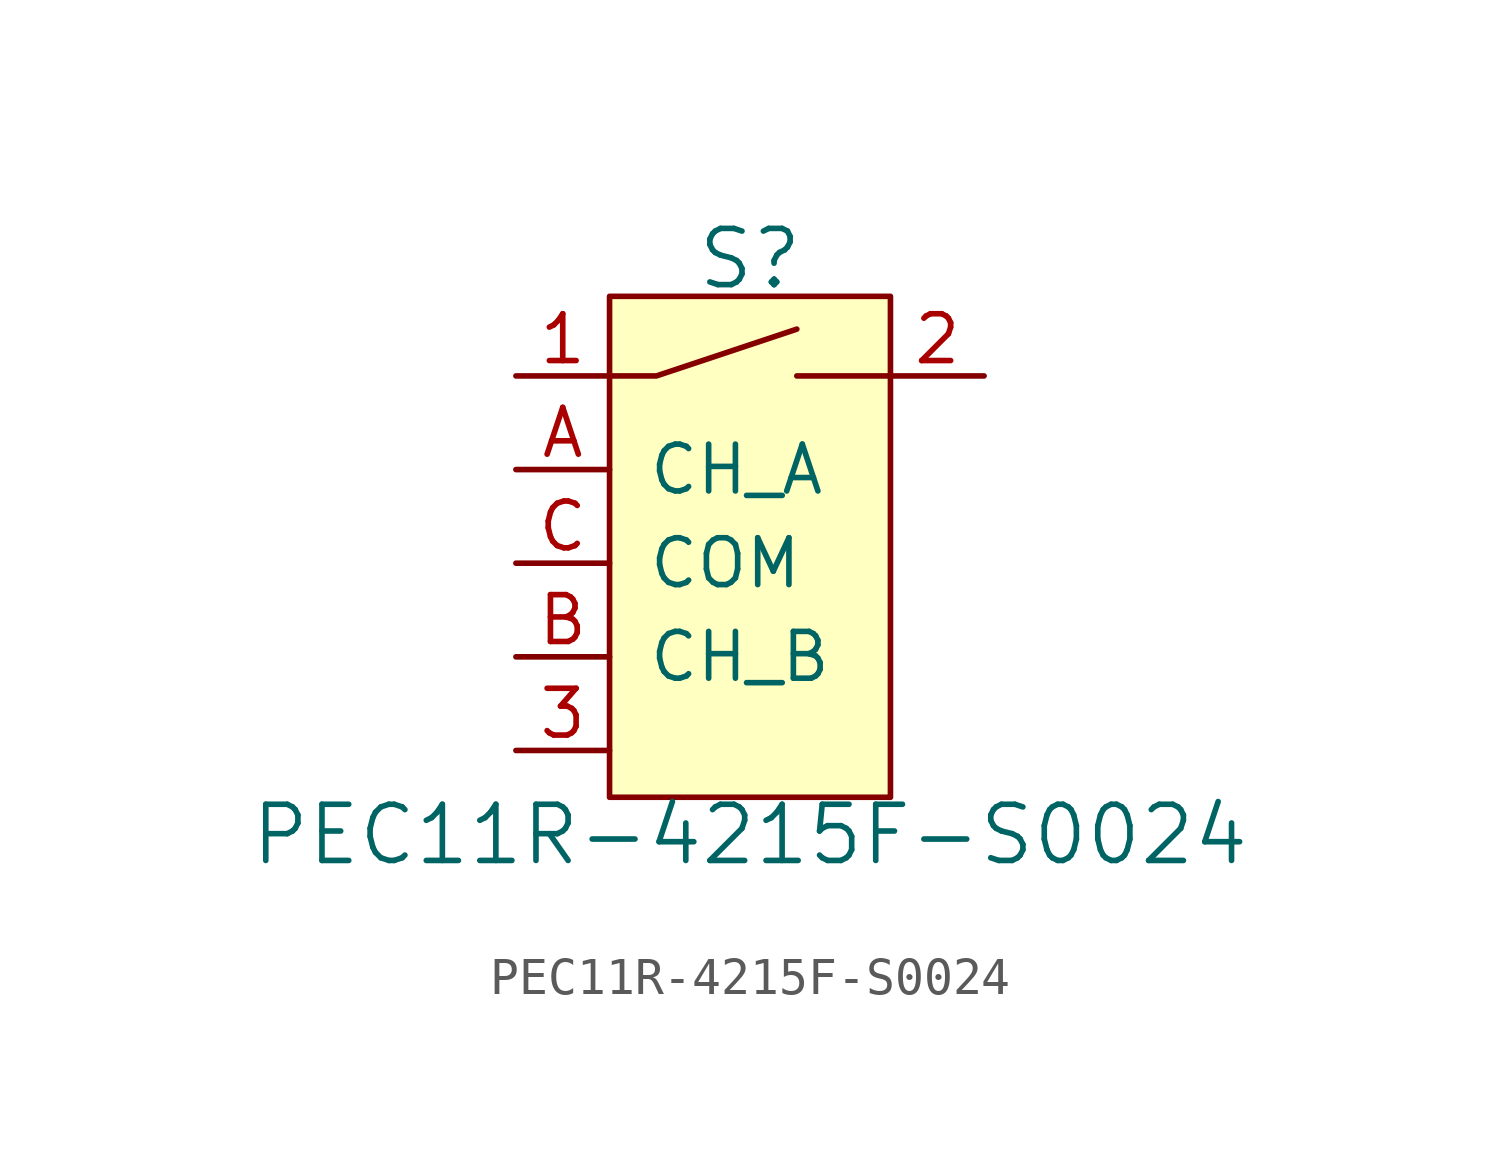
<source format=kicad_sym>
(kicad_symbol_lib
  (version 20211014)
  (generator kicad_symbol_editor)
  (symbol "PEC11R-4215F-S0024"
    (pin_names
      (offset 1.016))
    (property "Reference" "S"
      (at -1.27 5.715 0)
      (effects (font (size 1.524 1.524))))
    (property "Value" "PEC11R-4215F-S0024"
      (at -1.27 -9.906 0)
      (effects (font (size 1.524 1.524))))
    (symbol "PEC11R-4215F-S0024_0_1"
      (rectangle (start -5.08 4.699) (end 2.54 -8.89) (stroke (width 0) (type default) (color 0 0 0 0)) (fill (type background)))
      (polyline (pts (xy 0 2.54) (xy 2.54 2.54)) (stroke (width 0) (type default) (color 0 0 0 0)) (fill (type none)))
      (polyline (pts (xy -5.08 2.54) (xy -3.81 2.54) (xy 0 3.81)) (stroke (width 0) (type default) (color 0 0 0 0)) (fill (type none))))
    (symbol "PEC11R-4215F-S0024_1_1"
      (pin bidirectional line (at -7.62 2.54 0) (length 2.54) (name "~" (effects (font (size 1.27 1.27)))) (number "1" (effects (font (size 1.27 1.27)))))
      (pin bidirectional line (at 5.08 2.54 180) (length 2.54) (name "~" (effects (font (size 1.27 1.27)))) (number "2" (effects (font (size 1.27 1.27)))))
      (pin unspecified line (at -7.62 -7.62 0) (length 2.54) (name "~" (effects (font (size 1.27 1.27)))) (number "3" (effects (font (size 1.27 1.27)))))
      (pin bidirectional line (at -7.62 0 0) (length 2.54) (name "CH_A" (effects (font (size 1.27 1.27)))) (number "A" (effects (font (size 1.27 1.27)))))
      (pin bidirectional line (at -7.62 -5.08 0) (length 2.54) (name "CH_B" (effects (font (size 1.27 1.27)))) (number "B" (effects (font (size 1.27 1.27)))))
      (pin input line (at -7.62 -2.54 0) (length 2.54) (name "COM" (effects (font (size 1.27 1.27)))) (number "C" (effects (font (size 1.27 1.27))))))))
</source>
